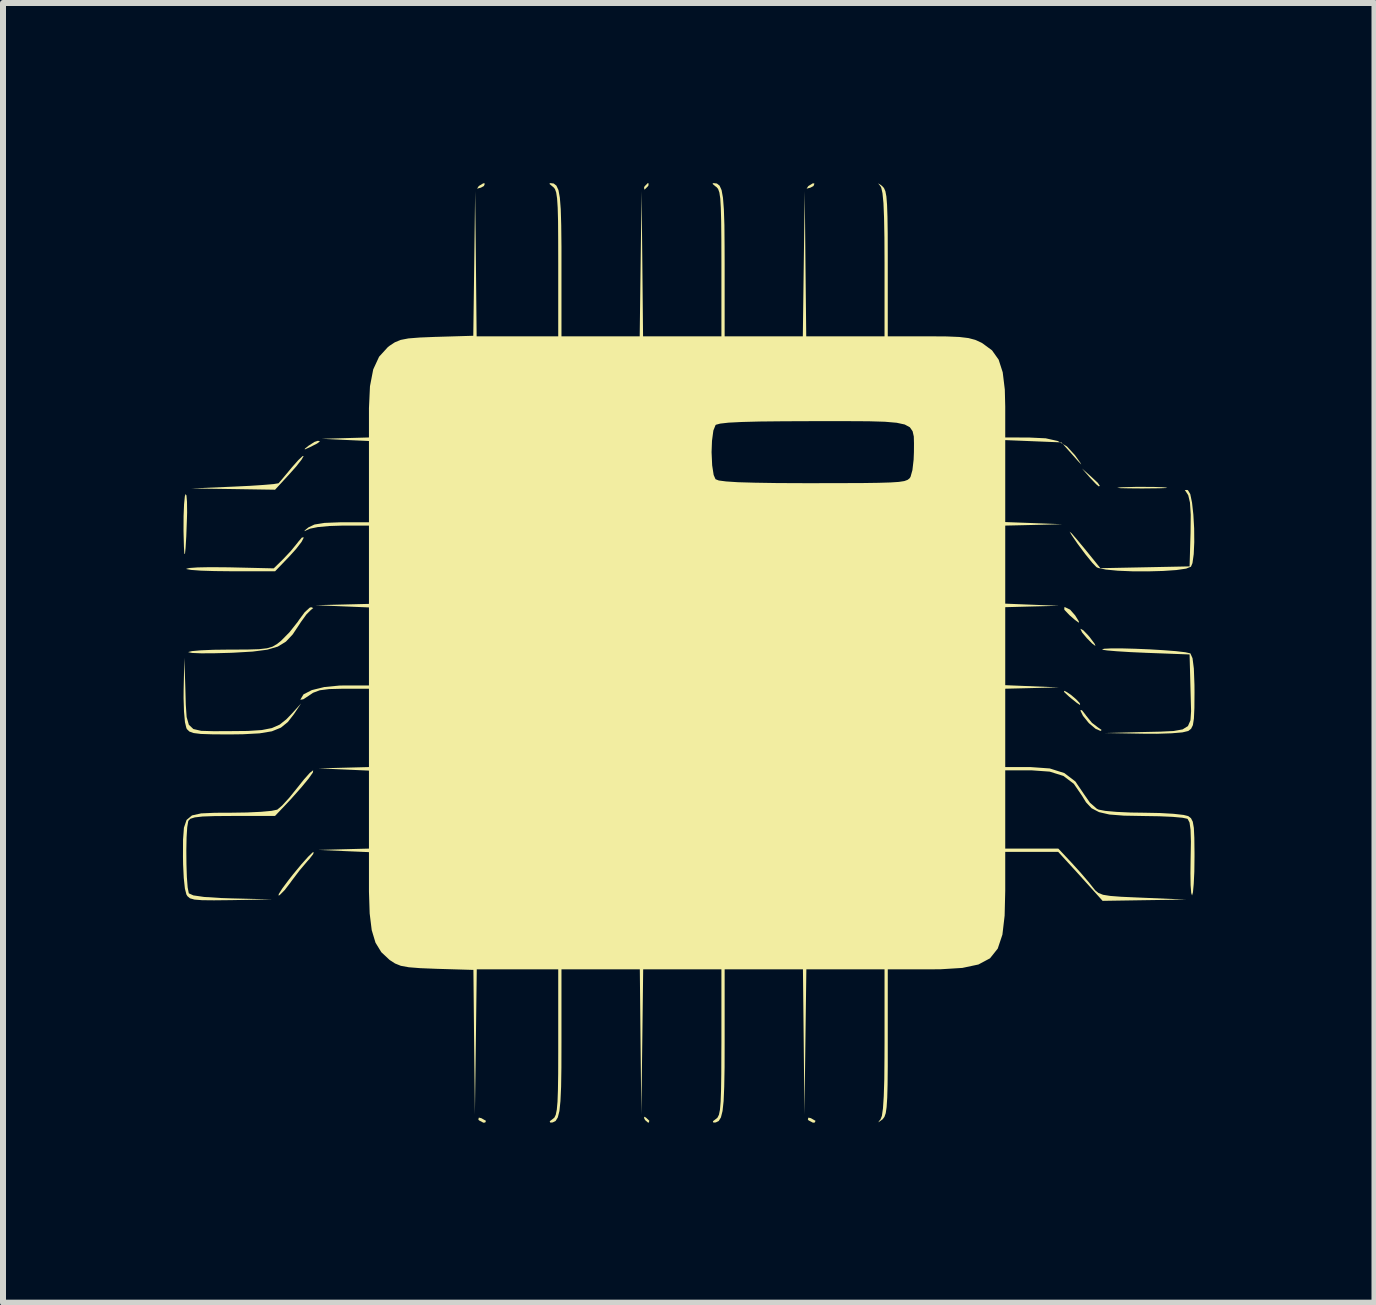
<source format=kicad_pcb>
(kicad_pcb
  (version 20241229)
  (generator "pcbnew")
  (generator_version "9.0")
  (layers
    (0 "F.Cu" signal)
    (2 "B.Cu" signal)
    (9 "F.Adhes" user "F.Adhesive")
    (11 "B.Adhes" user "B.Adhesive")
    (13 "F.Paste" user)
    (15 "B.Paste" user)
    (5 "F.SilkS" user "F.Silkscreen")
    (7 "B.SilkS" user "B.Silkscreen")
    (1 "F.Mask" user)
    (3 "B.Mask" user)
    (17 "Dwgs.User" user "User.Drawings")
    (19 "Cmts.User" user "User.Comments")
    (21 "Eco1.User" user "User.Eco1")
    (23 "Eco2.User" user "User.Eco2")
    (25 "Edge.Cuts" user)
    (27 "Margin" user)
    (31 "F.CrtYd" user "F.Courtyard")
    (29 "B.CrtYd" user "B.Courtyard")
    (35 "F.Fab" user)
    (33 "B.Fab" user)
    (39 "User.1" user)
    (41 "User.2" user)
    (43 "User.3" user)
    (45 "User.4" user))
  (footprint "Logo"
    (layer "F.Cu")
    (at 8.485 7.832)
    (property "Reference" "Logo" (at 0 0 0) (layer "F.SilkS") (effects (font (size 1.524 1.524) (thickness 0.3))))
    (attr board_only exclude_from_pos_files exclude_from_bom)
    (fp_poly (pts (xy 6.157 -3.508) (xy 6.181 -3.481) (xy 6.133 -3.509)) (stroke (width 0) (type solid)) (fill yes) (layer "F.SilkS"))
    (fp_poly (pts (xy -3.511 7.757) (xy -3.434 7.801) (xy -3.447 7.829) (xy -3.478 7.832) (xy -3.551 7.793) (xy -3.562 7.778) (xy -3.553 7.747)) (stroke (width 0) (type solid)) (fill yes) (layer "F.SilkS"))
    (fp_poly (pts (xy -3.452 -7.822) (xy -3.469 -7.781) (xy -3.519 -7.754) (xy -3.583 -7.737) (xy -3.557 -7.777) (xy -3.55 -7.784) (xy -3.479 -7.827)) (stroke (width 0) (type solid)) (fill yes) (layer "F.SilkS"))
    (fp_poly (pts (xy -0.77 7.745) (xy -0.711 7.8) (xy -0.723 7.832) (xy -0.731 7.832) (xy -0.777 7.793) (xy -0.794 7.769) (xy -0.8 7.732)) (stroke (width 0) (type solid)) (fill yes) (layer "F.SilkS"))
    (fp_poly (pts (xy 1.982 7.757) (xy 2.059 7.801) (xy 2.046 7.829) (xy 2.016 7.832) (xy 1.942 7.793) (xy 1.931 7.778) (xy 1.94 7.747)) (stroke (width 0) (type solid)) (fill yes) (layer "F.SilkS"))
    (fp_poly (pts (xy 2.041 -7.822) (xy 2.025 -7.781) (xy 1.974 -7.754) (xy 1.91 -7.737) (xy 1.936 -7.777) (xy 1.944 -7.784) (xy 2.015 -7.827)) (stroke (width 0) (type solid)) (fill yes) (layer "F.SilkS"))
    (fp_poly (pts (xy -6.201 -3.525) (xy -6.251 -3.488) (xy -6.364 -3.431) (xy -6.454 -3.39) (xy -6.454 -3.402) (xy -6.394 -3.451) (xy -6.293 -3.516) (xy -6.235 -3.535)) (stroke (width 0) (type solid)) (fill yes) (layer "F.SilkS"))
    (fp_poly (pts (xy -0.724 -7.797) (xy -0.734 -7.778) (xy -0.786 -7.726) (xy -0.795 -7.723) (xy -0.799 -7.758) (xy -0.789 -7.778) (xy -0.737 -7.83) (xy -0.728 -7.832)) (stroke (width 0) (type solid)) (fill yes) (layer "F.SilkS"))
    (fp_poly (pts (xy 6.25 -3.44) (xy 6.384 -3.294) (xy 6.406 -3.263) (xy 6.476 -3.164) (xy 6.488 -3.14) (xy 6.435 -3.195) (xy 6.35 -3.291) (xy 6.181 -3.481)) (stroke (width 0) (type solid)) (fill yes) (layer "F.SilkS"))
    (fp_poly (pts (xy 6.649 -2.941) (xy 6.763 -2.835) (xy 6.798 -2.783) (xy 6.781 -2.774) (xy 6.737 -2.81) (xy 6.652 -2.9) (xy 6.631 -2.923) (xy 6.5 -3.073)) (stroke (width 0) (type solid)) (fill yes) (layer "F.SilkS"))
    (fp_poly (pts (xy 6.302 -0.72) (xy 6.386 -0.625) (xy 6.447 -0.526) (xy 6.449 -0.501) (xy 6.383 -0.549) (xy 6.293 -0.627) (xy 6.207 -0.717) (xy 6.205 -0.759) (xy 6.218 -0.761)) (stroke (width 0) (type solid)) (fill yes) (layer "F.SilkS"))
    (fp_poly (pts (xy 6.522 -0.376) (xy 6.604 -0.291) (xy 6.626 -0.265) (xy 6.712 -0.15) (xy 6.725 -0.113) (xy 6.668 -0.157) (xy 6.581 -0.245) (xy 6.502 -0.34) (xy 6.475 -0.397) (xy 6.477 -0.401)) (stroke (width 0) (type solid)) (fill yes) (layer "F.SilkS"))
    (fp_poly (pts (xy 6.232 0.645) (xy 6.316 0.7) (xy 6.403 0.774) (xy 6.463 0.839) (xy 6.469 0.868) (xy 6.465 0.868) (xy 6.415 0.835) (xy 6.315 0.755) (xy 6.282 0.727) (xy 6.202 0.652) (xy 6.203 0.633)) (stroke (width 0) (type solid)) (fill yes) (layer "F.SilkS"))
    (fp_poly (pts (xy 6.557 1.029) (xy 6.566 1.043) (xy 6.667 1.167) (xy 6.768 1.244) (xy 6.828 1.286) (xy 6.81 1.302) (xy 6.728 1.267) (xy 6.622 1.178) (xy 6.606 1.161) (xy 6.517 1.05) (xy 6.475 0.965) (xy 6.474 0.957) (xy 6.498 0.955)) (stroke (width 0) (type solid)) (fill yes) (layer "F.SilkS"))
    (fp_poly (pts (xy 7.707 -2.765) (xy 7.846 -2.76) (xy 7.922 -2.753) (xy 7.899 -2.747) (xy 7.784 -2.743) (xy 7.587 -2.741) (xy 7.506 -2.74) (xy 7.284 -2.742) (xy 7.141 -2.745) (xy 7.086 -2.751) (xy 7.129 -2.757) (xy 7.166 -2.76) (xy 7.424 -2.767)) (stroke (width 0) (type solid)) (fill yes) (layer "F.SilkS"))
    (fp_poly (pts (xy -8.427 -2.625) (xy -8.418 -2.516) (xy -8.416 -2.339) (xy -8.419 -2.238) (xy -8.43 -1.941) (xy -8.442 -1.743) (xy -8.452 -1.647) (xy -8.462 -1.654) (xy -8.469 -1.767) (xy -8.475 -1.986) (xy -8.476 -2.04) (xy -8.475 -2.277) (xy -8.467 -2.475) (xy -8.454 -2.608) (xy -8.443 -2.646)) (stroke (width 0) (type solid)) (fill yes) (layer "F.SilkS"))
    (fp_poly (pts (xy -6.313 3.352) (xy -6.379 3.438) (xy -6.412 3.474) (xy -6.542 3.627) (xy -6.673 3.8) (xy -6.692 3.827) (xy -6.789 3.954) (xy -6.871 4.036) (xy -6.891 4.048) (xy -6.889 4.021) (xy -6.829 3.927) (xy -6.722 3.784) (xy -6.653 3.696) (xy -6.514 3.528) (xy -6.398 3.398) (xy -6.323 3.326) (xy -6.308 3.318)) (stroke (width 0) (type solid)) (fill yes) (layer "F.SilkS"))
    (fp_poly (pts (xy -6.508 -3.221) (xy -6.597 -3.107) (xy -6.712 -2.978) (xy -6.95 -2.719) (xy -7.649 -2.73) (xy -8.349 -2.74) (xy -7.632 -2.771) (xy -7.365 -2.784) (xy -7.139 -2.799) (xy -6.975 -2.813) (xy -6.895 -2.826) (xy -6.891 -2.828) (xy -6.844 -2.882) (xy -6.752 -2.992) (xy -6.669 -3.092) (xy -6.564 -3.211) (xy -6.493 -3.278) (xy -6.473 -3.282)) (stroke (width 0) (type solid)) (fill yes) (layer "F.SilkS"))
    (fp_poly (pts (xy -6.472 -1.92) (xy -6.508 -1.85) (xy -6.599 -1.732) (xy -6.711 -1.608) (xy -6.949 -1.36) (xy -7.69 -1.36) (xy -7.959 -1.363) (xy -8.185 -1.37) (xy -8.347 -1.382) (xy -8.426 -1.396) (xy -8.43 -1.401) (xy -8.379 -1.414) (xy -8.24 -1.424) (xy -8.031 -1.428) (xy -7.773 -1.426) (xy -7.701 -1.425) (xy -6.972 -1.408) (xy -6.816 -1.561) (xy -6.686 -1.699) (xy -6.576 -1.834) (xy -6.566 -1.848) (xy -6.502 -1.923) (xy -6.473 -1.924)) (stroke (width 0) (type solid)) (fill yes) (layer "F.SilkS"))
    (fp_poly (pts (xy -8.446 0.571) (xy -8.438 0.866) (xy -8.424 1.07) (xy -8.387 1.199) (xy -8.312 1.27) (xy -8.181 1.3) (xy -7.977 1.306) (xy -7.719 1.305) (xy -7.402 1.302) (xy -7.171 1.287) (xy -7.003 1.254) (xy -6.874 1.197) (xy -6.763 1.109) (xy -6.671 1.014) (xy -6.516 0.843) (xy -6.635 1.021) (xy -6.737 1.153) (xy -6.853 1.247) (xy -7.003 1.308) (xy -7.208 1.342) (xy -7.487 1.357) (xy -7.719 1.36) (xy -7.998 1.358) (xy -8.187 1.352) (xy -8.308 1.337) (xy -8.378 1.312) (xy -8.418 1.273) (xy -8.428 1.255) (xy -8.452 1.156) (xy -8.468 0.979) (xy -8.475 0.753) (xy -8.474 0.615) (xy -8.462 0.082)) (stroke (width 0) (type solid)) (fill yes) (layer "F.SilkS"))
    (fp_poly (pts (xy -6.314 -0.747) (xy -6.354 -0.714) (xy -6.427 -0.641) (xy -6.519 -0.514) (xy -6.545 -0.474) (xy -6.656 -0.307) (xy -6.769 -0.187) (xy -6.904 -0.104) (xy -7.082 -0.052) (xy -7.324 -0.021) (xy -7.65 -0.002) (xy -7.703 0) (xy -7.965 0.007) (xy -8.181 0.008) (xy -8.33 0.002) (xy -8.394 -0.01) (xy -8.395 -0.014) (xy -8.334 -0.029) (xy -8.186 -0.042) (xy -7.973 -0.051) (xy -7.716 -0.054) (xy -7.697 -0.054) (xy -7.415 -0.055) (xy -7.218 -0.061) (xy -7.085 -0.076) (xy -6.993 -0.103) (xy -6.918 -0.147) (xy -6.852 -0.199) (xy -6.709 -0.344) (xy -6.572 -0.517) (xy -6.548 -0.553) (xy -6.455 -0.678) (xy -6.374 -0.752) (xy -6.349 -0.761)) (stroke (width 0) (type solid)) (fill yes) (layer "F.SilkS"))
    (fp_poly (pts (xy 8.267 -2.71) (xy 8.305 -2.647) (xy 8.335 -2.502) (xy 8.357 -2.302) (xy 8.37 -2.075) (xy 8.372 -1.847) (xy 8.363 -1.645) (xy 8.342 -1.496) (xy 8.317 -1.436) (xy 8.237 -1.404) (xy 8.074 -1.38) (xy 7.853 -1.365) (xy 7.6 -1.358) (xy 7.34 -1.359) (xy 7.097 -1.369) (xy 6.899 -1.388) (xy 6.769 -1.415) (xy 6.741 -1.429) (xy 6.669 -1.505) (xy 6.558 -1.642) (xy 6.432 -1.811) (xy 6.424 -1.822) (xy 6.327 -1.964) (xy 6.294 -2.02) (xy 6.327 -1.993) (xy 6.422 -1.883) (xy 6.58 -1.692) (xy 6.626 -1.635) (xy 6.807 -1.411) (xy 7.551 -1.426) (xy 8.294 -1.441) (xy 8.31 -2.004) (xy 8.313 -2.303) (xy 8.3 -2.506) (xy 8.272 -2.625) (xy 8.256 -2.652) (xy 8.214 -2.714) (xy 8.252 -2.715)) (stroke (width 0) (type solid)) (fill yes) (layer "F.SilkS"))
    (fp_poly (pts (xy 7.167 -0.074) (xy 7.389 -0.068) (xy 7.628 -0.058) (xy 7.861 -0.044) (xy 8.067 -0.028) (xy 8.222 -0.01) (xy 8.303 0.008) (xy 8.308 0.011) (xy 8.343 0.09) (xy 8.365 0.262) (xy 8.375 0.533) (xy 8.376 0.657) (xy 8.374 0.921) (xy 8.366 1.096) (xy 8.349 1.205) (xy 8.319 1.266) (xy 8.273 1.302) (xy 8.271 1.303) (xy 8.174 1.326) (xy 7.993 1.341) (xy 7.752 1.349) (xy 7.523 1.348) (xy 6.88 1.337) (xy 7.479 1.321) (xy 7.8 1.314) (xy 8.028 1.303) (xy 8.178 1.276) (xy 8.267 1.22) (xy 8.309 1.123) (xy 8.319 0.971) (xy 8.313 0.752) (xy 8.31 0.638) (xy 8.294 0.027) (xy 7.578 0) (xy 7.31 -0.012) (xy 7.084 -0.026) (xy 6.92 -0.04) (xy 6.839 -0.052) (xy 6.835 -0.054) (xy 6.867 -0.068) (xy 6.986 -0.074)) (stroke (width 0) (type solid)) (fill yes) (layer "F.SilkS"))
    (fp_poly (pts (xy -6.32 1.995) (xy -6.39 2.095) (xy -6.514 2.245) (xy -6.679 2.431) (xy -6.78 2.539) (xy -6.951 2.719) (xy -7.658 2.719) (xy -7.954 2.721) (xy -8.158 2.728) (xy -8.289 2.743) (xy -8.362 2.766) (xy -8.395 2.8) (xy -8.397 2.806) (xy -8.414 2.905) (xy -8.425 3.077) (xy -8.429 3.294) (xy -8.427 3.524) (xy -8.42 3.739) (xy -8.407 3.909) (xy -8.389 4.004) (xy -8.387 4.009) (xy -8.312 4.043) (xy -8.133 4.069) (xy -7.85 4.087) (xy -7.667 4.093) (xy -6.989 4.11) (xy -7.681 4.122) (xy -7.968 4.125) (xy -8.166 4.123) (xy -8.293 4.113) (xy -8.368 4.092) (xy -8.41 4.057) (xy -8.428 4.028) (xy -8.453 3.93) (xy -8.472 3.753) (xy -8.483 3.527) (xy -8.485 3.399) (xy -8.484 3.114) (xy -8.469 2.914) (xy -8.425 2.785) (xy -8.335 2.71) (xy -8.182 2.676) (xy -7.951 2.666) (xy -7.691 2.665) (xy -7.421 2.661) (xy -7.186 2.65) (xy -7.009 2.634) (xy -6.914 2.614) (xy -6.912 2.613) (xy -6.832 2.545) (xy -6.714 2.416) (xy -6.588 2.26) (xy -6.468 2.11) (xy -6.371 2.001) (xy -6.316 1.958) (xy -6.315 1.958)) (stroke (width 0) (type solid)) (fill yes) (layer "F.SilkS"))
    (fp_poly (pts (xy 0.415 -7.823) (xy 0.46 -7.787) (xy 0.493 -7.713) (xy 0.516 -7.586) (xy 0.531 -7.395) (xy 0.54 -7.127) (xy 0.543 -6.771) (xy 0.544 -6.489) (xy 0.544 -5.276) (xy 1.847 -5.276) (xy 1.879 -7.696) (xy 1.891 -6.486) (xy 1.904 -5.276) (xy 3.209 -5.276) (xy 3.209 -6.489) (xy 3.207 -6.921) (xy 3.201 -7.254) (xy 3.191 -7.497) (xy 3.175 -7.661) (xy 3.154 -7.754) (xy 3.141 -7.778) (xy 3.102 -7.826) (xy 3.138 -7.805) (xy 3.168 -7.782) (xy 3.199 -7.749) (xy 3.223 -7.696) (xy 3.24 -7.607) (xy 3.251 -7.469) (xy 3.258 -7.269) (xy 3.262 -6.992) (xy 3.263 -6.624) (xy 3.263 -6.493) (xy 3.263 -5.276) (xy 3.949 -5.276) (xy 4.246 -5.274) (xy 4.457 -5.265) (xy 4.607 -5.247) (xy 4.721 -5.217) (xy 4.822 -5.171) (xy 4.844 -5.158) (xy 5.001 -5.042) (xy 5.111 -4.887) (xy 5.179 -4.676) (xy 5.214 -4.389) (xy 5.221 -4.105) (xy 5.221 -3.59) (xy 5.616 -3.589) (xy 5.895 -3.576) (xy 6.097 -3.531) (xy 6.133 -3.509) (xy 5.689 -3.527) (xy 5.221 -3.546) (xy 5.221 -2.18) (xy 5.697 -2.162) (xy 6.173 -2.144) (xy 5.697 -2.132) (xy 5.221 -2.121) (xy 5.221 -0.82) (xy 6.119 -0.784) (xy 5.67 -0.773) (xy 5.221 -0.761) (xy 5.221 0.539) (xy 6.119 0.576) (xy 5.67 0.587) (xy 5.221 0.598) (xy 5.221 1.904) (xy 5.64 1.904) (xy 5.963 1.927) (xy 6.206 2.004) (xy 6.39 2.144) (xy 6.533 2.355) (xy 6.633 2.498) (xy 6.748 2.599) (xy 6.777 2.613) (xy 6.886 2.634) (xy 7.075 2.651) (xy 7.317 2.662) (xy 7.54 2.665) (xy 7.8 2.67) (xy 8.026 2.683) (xy 8.194 2.702) (xy 8.271 2.721) (xy 8.317 2.756) (xy 8.347 2.815) (xy 8.365 2.918) (xy 8.373 3.085) (xy 8.376 3.337) (xy 8.376 3.398) (xy 8.373 3.646) (xy 8.363 3.852) (xy 8.35 3.992) (xy 8.335 4.044) (xy 8.321 4.003) (xy 8.311 3.874) (xy 8.308 3.677) (xy 8.311 3.44) (xy 8.316 3.148) (xy 8.31 2.949) (xy 8.293 2.828) (xy 8.262 2.77) (xy 8.257 2.766) (xy 8.177 2.749) (xy 8.013 2.734) (xy 7.788 2.724) (xy 7.533 2.72) (xy 7.201 2.714) (xy 6.957 2.695) (xy 6.784 2.655) (xy 6.66 2.59) (xy 6.568 2.492) (xy 6.503 2.386) (xy 6.364 2.183) (xy 6.191 2.052) (xy 5.962 1.98) (xy 5.655 1.958) (xy 5.64 1.958) (xy 5.221 1.958) (xy 5.221 3.263) (xy 6.106 3.263) (xy 6.33 3.502) (xy 6.476 3.663) (xy 6.609 3.818) (xy 6.671 3.896) (xy 6.721 3.959) (xy 6.775 4.003) (xy 6.852 4.033) (xy 6.972 4.052) (xy 7.155 4.066) (xy 7.422 4.078) (xy 7.514 4.082) (xy 8.24 4.113) (xy 7.542 4.123) (xy 6.844 4.134) (xy 6.685 3.957) (xy 6.553 3.811) (xy 6.395 3.636) (xy 6.315 3.549) (xy 6.104 3.318) (xy 5.221 3.318) (xy 5.221 3.969) (xy 5.211 4.381) (xy 5.174 4.697) (xy 5.096 4.93) (xy 4.967 5.092) (xy 4.774 5.195) (xy 4.506 5.252) (xy 4.15 5.274) (xy 3.949 5.276) (xy 3.263 5.276) (xy 3.263 6.493) (xy 3.263 6.891) (xy 3.26 7.194) (xy 3.254 7.416) (xy 3.244 7.571) (xy 3.229 7.673) (xy 3.207 7.736) (xy 3.178 7.774) (xy 3.168 7.782) (xy 3.105 7.827) (xy 3.12 7.802) (xy 3.141 7.778) (xy 3.165 7.718) (xy 3.183 7.593) (xy 3.196 7.393) (xy 3.205 7.108) (xy 3.208 6.73) (xy 3.209 6.489) (xy 3.209 5.276) (xy 1.906 5.276) (xy 1.89 6.486) (xy 1.874 7.696) (xy 1.862 6.486) (xy 1.849 5.276) (xy 0.544 5.276) (xy 0.544 6.489) (xy 0.543 6.908) (xy 0.537 7.232) (xy 0.527 7.471) (xy 0.509 7.637) (xy 0.482 7.744) (xy 0.445 7.804) (xy 0.396 7.828) (xy 0.356 7.83) (xy 0.348 7.808) (xy 0.394 7.773) (xy 0.425 7.747) (xy 0.449 7.699) (xy 0.466 7.615) (xy 0.477 7.483) (xy 0.484 7.288) (xy 0.488 7.017) (xy 0.489 6.656) (xy 0.49 6.497) (xy 0.49 5.276) (xy -0.814 5.276) (xy -0.829 6.486) (xy -0.845 7.696) (xy -0.858 6.486) (xy -0.87 5.276) (xy -2.176 5.276) (xy -2.176 6.489) (xy -2.177 6.908) (xy -2.182 7.232) (xy -2.193 7.471) (xy -2.21 7.637) (xy -2.237 7.744) (xy -2.274 7.804) (xy -2.324 7.828) (xy -2.363 7.83) (xy -2.372 7.808) (xy -2.325 7.773) (xy -2.294 7.747) (xy -2.271 7.699) (xy -2.254 7.615) (xy -2.242 7.483) (xy -2.235 7.288) (xy -2.231 7.017) (xy -2.23 6.656) (xy -2.23 6.497) (xy -2.23 5.276) (xy -3.588 5.276) (xy -3.603 6.486) (xy -3.619 7.696) (xy -3.632 6.491) (xy -3.644 5.285) (xy -4.256 5.267) (xy -4.531 5.256) (xy -4.721 5.241) (xy -4.853 5.217) (xy -4.95 5.178) (xy -5.038 5.121) (xy -5.042 5.118) (xy -5.179 4.99) (xy -5.276 4.831) (xy -5.339 4.622) (xy -5.373 4.344) (xy -5.385 3.98) (xy -5.385 3.944) (xy -5.385 3.322) (xy -5.806 3.304) (xy -6.228 3.285) (xy -5.806 3.274) (xy -5.385 3.263) (xy -5.385 1.963) (xy -5.806 1.944) (xy -6.228 1.926) (xy -5.806 1.915) (xy -5.385 1.904) (xy -5.385 0.598) (xy -5.812 0.598) (xy -6.048 0.604) (xy -6.205 0.624) (xy -6.317 0.666) (xy -6.383 0.711) (xy -6.479 0.774) (xy -6.526 0.782) (xy -6.527 0.777) (xy -6.476 0.692) (xy -6.337 0.621) (xy -6.129 0.57) (xy -5.873 0.545) (xy -5.798 0.544) (xy -5.385 0.544) (xy -5.385 -0.757) (xy -6.282 -0.794) (xy -5.833 -0.805) (xy -5.385 -0.816) (xy -5.385 -2.121) (xy -5.823 -2.121) (xy -6.046 -2.114) (xy -6.239 -2.096) (xy -6.366 -2.07) (xy -6.381 -2.064) (xy -6.462 -2.027) (xy -6.452 -2.044) (xy -6.394 -2.091) (xy -6.293 -2.139) (xy -6.125 -2.166) (xy -5.87 -2.176) (xy -5.836 -2.176) (xy -5.385 -2.176) (xy -5.385 -3.345) (xy 0.326 -3.345) (xy 0.336 -3.125) (xy 0.361 -2.964) (xy 0.392 -2.894) (xy 0.446 -2.873) (xy 0.568 -2.857) (xy 0.766 -2.844) (xy 1.047 -2.836) (xy 1.419 -2.83) (xy 1.89 -2.828) (xy 2.021 -2.828) (xy 2.475 -2.829) (xy 2.833 -2.83) (xy 3.105 -2.834) (xy 3.306 -2.84) (xy 3.446 -2.849) (xy 3.538 -2.863) (xy 3.593 -2.883) (xy 3.625 -2.908) (xy 3.642 -2.933) (xy 3.674 -3.046) (xy 3.694 -3.22) (xy 3.699 -3.345) (xy 3.7 -3.49) (xy 3.697 -3.606) (xy 3.677 -3.694) (xy 3.631 -3.76) (xy 3.546 -3.806) (xy 3.412 -3.835) (xy 3.216 -3.852) (xy 2.948 -3.86) (xy 2.597 -3.862) (xy 2.152 -3.862) (xy 2.021 -3.862) (xy 1.525 -3.86) (xy 1.129 -3.856) (xy 0.826 -3.848) (xy 0.609 -3.837) (xy 0.469 -3.821) (xy 0.399 -3.802) (xy 0.392 -3.796) (xy 0.356 -3.706) (xy 0.333 -3.534) (xy 0.326 -3.345) (xy -5.385 -3.345) (xy -5.385 -3.531) (xy -5.779 -3.549) (xy -6.173 -3.568) (xy -5.779 -3.579) (xy -5.385 -3.59) (xy -5.385 -4.078) (xy -5.368 -4.444) (xy -5.314 -4.724) (xy -5.216 -4.936) (xy -5.07 -5.096) (xy -5.042 -5.118) (xy -4.954 -5.176) (xy -4.857 -5.216) (xy -4.727 -5.241) (xy -4.539 -5.256) (xy -4.268 -5.267) (xy -4.257 -5.267) (xy -3.646 -5.285) (xy -3.63 -6.491) (xy -3.615 -7.696) (xy -3.602 -6.486) (xy -3.59 -5.276) (xy -2.23 -5.276) (xy -2.23 -6.497) (xy -2.231 -6.895) (xy -2.233 -7.198) (xy -2.239 -7.419) (xy -2.249 -7.573) (xy -2.264 -7.673) (xy -2.285 -7.732) (xy -2.313 -7.765) (xy -2.325 -7.773) (xy -2.378 -7.818) (xy -2.363 -7.83) (xy -2.305 -7.823) (xy -2.26 -7.787) (xy -2.226 -7.713) (xy -2.203 -7.586) (xy -2.188 -7.395) (xy -2.18 -7.127) (xy -2.176 -6.771) (xy -2.176 -6.489) (xy -2.176 -5.276) (xy -0.872 -5.276) (xy -0.841 -7.696) (xy -0.828 -6.486) (xy -0.816 -5.276) (xy 0.49 -5.276) (xy 0.49 -6.497) (xy 0.489 -6.895) (xy 0.486 -7.198) (xy 0.48 -7.419) (xy 0.471 -7.573) (xy 0.456 -7.673) (xy 0.435 -7.732) (xy 0.407 -7.765) (xy 0.394 -7.773) (xy 0.341 -7.818) (xy 0.356 -7.83)) (stroke (width 0) (type solid)) (fill yes) (layer "F.SilkS")))
  (gr_rect
    (start -3 -3)
    (end 19.861 18.664)
    (stroke (width 0.1) (type default))
    (fill no)
    (layer "Edge.Cuts")))
</source>
